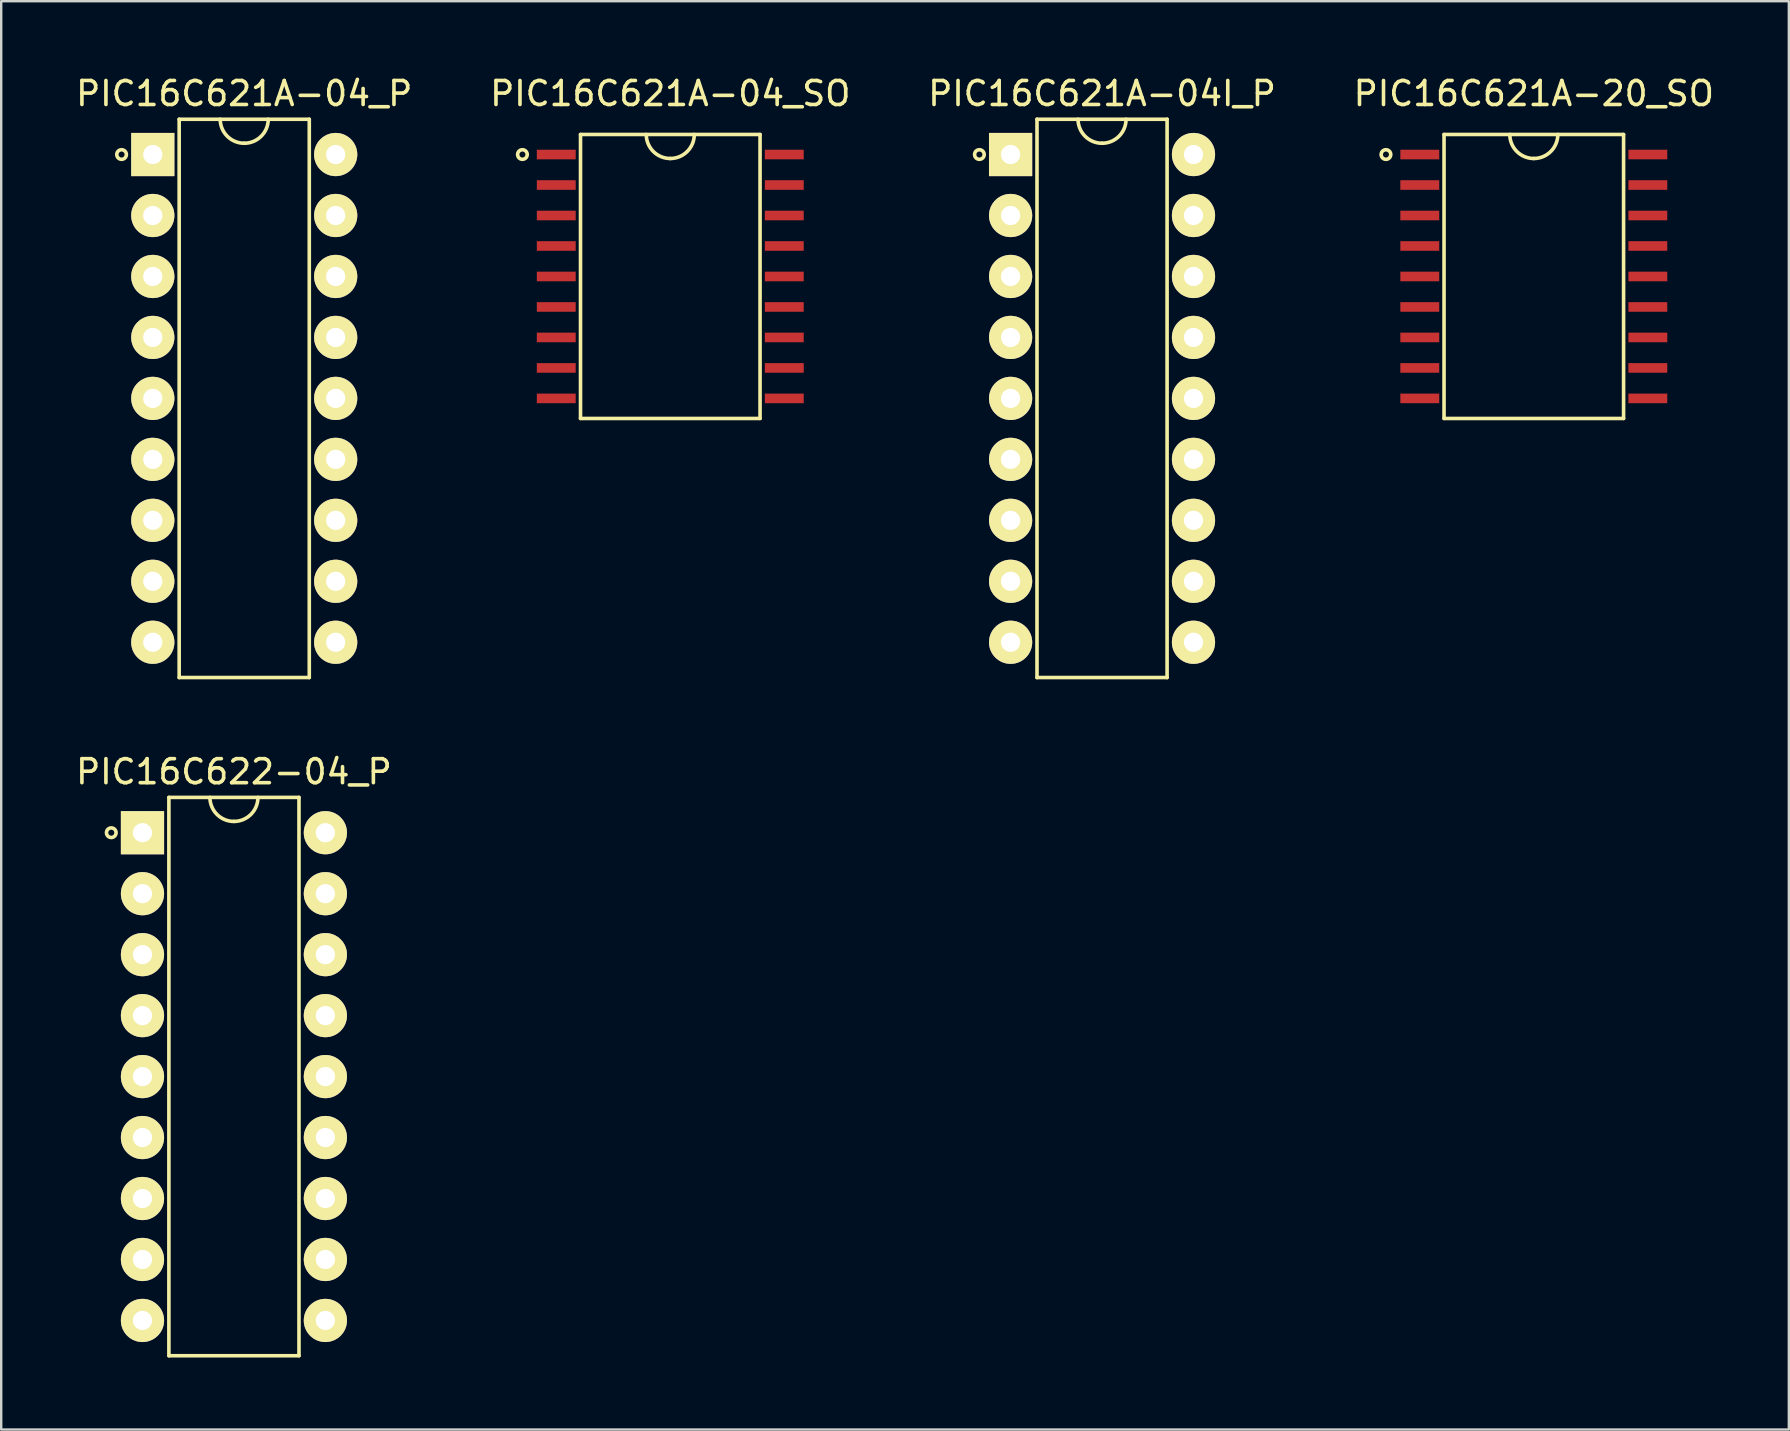
<source format=kicad_pcb>
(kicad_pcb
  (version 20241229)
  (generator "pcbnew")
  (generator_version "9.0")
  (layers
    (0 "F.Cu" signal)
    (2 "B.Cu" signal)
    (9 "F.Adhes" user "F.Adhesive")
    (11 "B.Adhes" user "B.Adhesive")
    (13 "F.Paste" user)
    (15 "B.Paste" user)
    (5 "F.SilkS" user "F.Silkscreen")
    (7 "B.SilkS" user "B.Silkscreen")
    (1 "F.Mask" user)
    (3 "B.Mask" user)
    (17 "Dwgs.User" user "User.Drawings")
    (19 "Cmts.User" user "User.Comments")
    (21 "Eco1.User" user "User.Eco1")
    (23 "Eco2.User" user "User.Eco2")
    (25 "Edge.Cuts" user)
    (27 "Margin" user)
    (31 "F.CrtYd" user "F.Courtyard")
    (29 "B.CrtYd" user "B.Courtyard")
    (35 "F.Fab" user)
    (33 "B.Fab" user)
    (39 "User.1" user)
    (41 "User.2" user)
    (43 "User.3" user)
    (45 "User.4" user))
  (footprint "PIC16C621A-04I_P"
    (layer "F.Cu")
    (at 39.053 3.388)
    (property "Reference" "PIC16C621A-04I_P" (at 3.81 -2.54 0) (layer "F.SilkS") (effects (font (size 1 1) (thickness 0.15))))
    (attr through_hole)
    (fp_line (start 1.1 -1.47) (end 6.52 -1.47) (stroke (width 0.15) (type solid)) (layer "F.SilkS"))
    (fp_line (start 1.1 21.79) (end 1.1 -1.47) (stroke (width 0.15) (type solid)) (layer "F.SilkS"))
    (fp_line (start 6.52 -1.47) (end 6.52 21.79) (stroke (width 0.15) (type solid)) (layer "F.SilkS"))
    (fp_line (start 6.52 21.79) (end 1.1 21.79) (stroke (width 0.15) (type solid)) (layer "F.SilkS"))
    (fp_arc (start 3.81 -0.47) (mid 3.102893 -0.762893) (end 2.81 -1.47) (stroke (width 0.15) (type solid)) (layer "F.SilkS"))
    (fp_arc (start 4.81 -1.47) (mid 4.517107 -0.762893) (end 3.81 -0.47) (stroke (width 0.15) (type solid)) (layer "F.SilkS"))
    (fp_circle (center -1.3 0) (end -1.3 0.2) (stroke (width 0.15) (type solid)) (fill no) (layer "F.SilkS"))
    (pad "1" thru_hole rect (at 0 0) (size 1.8 1.8) (drill 0.8) (layers "*.Cu" "*.Mask" "F.SilkS"))
    (pad "2" thru_hole circle (at 0 2.54) (size 1.8 1.8) (drill 0.8) (layers "*.Cu" "*.Mask" "F.SilkS"))
    (pad "3" thru_hole circle (at 0 5.08) (size 1.8 1.8) (drill 0.8) (layers "*.Cu" "*.Mask" "F.SilkS"))
    (pad "4" thru_hole circle (at 0 7.62) (size 1.8 1.8) (drill 0.8) (layers "*.Cu" "*.Mask" "F.SilkS"))
    (pad "5" thru_hole circle (at 0 10.16) (size 1.8 1.8) (drill 0.8) (layers "*.Cu" "*.Mask" "F.SilkS"))
    (pad "6" thru_hole circle (at 0 12.7) (size 1.8 1.8) (drill 0.8) (layers "*.Cu" "*.Mask" "F.SilkS"))
    (pad "7" thru_hole circle (at 0 15.24) (size 1.8 1.8) (drill 0.8) (layers "*.Cu" "*.Mask" "F.SilkS"))
    (pad "8" thru_hole circle (at 0 17.78) (size 1.8 1.8) (drill 0.8) (layers "*.Cu" "*.Mask" "F.SilkS"))
    (pad "9" thru_hole circle (at 0 20.32) (size 1.8 1.8) (drill 0.8) (layers "*.Cu" "*.Mask" "F.SilkS"))
    (pad "10" thru_hole circle (at 7.62 20.32) (size 1.8 1.8) (drill 0.8) (layers "*.Cu" "*.Mask" "F.SilkS"))
    (pad "11" thru_hole circle (at 7.62 17.78) (size 1.8 1.8) (drill 0.8) (layers "*.Cu" "*.Mask" "F.SilkS"))
    (pad "12" thru_hole circle (at 7.62 15.24) (size 1.8 1.8) (drill 0.8) (layers "*.Cu" "*.Mask" "F.SilkS"))
    (pad "13" thru_hole circle (at 7.62 12.7) (size 1.8 1.8) (drill 0.8) (layers "*.Cu" "*.Mask" "F.SilkS"))
    (pad "14" thru_hole circle (at 7.62 10.16) (size 1.8 1.8) (drill 0.8) (layers "*.Cu" "*.Mask" "F.SilkS"))
    (pad "15" thru_hole circle (at 7.62 7.62) (size 1.8 1.8) (drill 0.8) (layers "*.Cu" "*.Mask" "F.SilkS"))
    (pad "16" thru_hole circle (at 7.62 5.08) (size 1.8 1.8) (drill 0.8) (layers "*.Cu" "*.Mask" "F.SilkS"))
    (pad "17" thru_hole circle (at 7.62 2.54) (size 1.8 1.8) (drill 0.8) (layers "*.Cu" "*.Mask" "F.SilkS"))
    (pad "18" thru_hole circle (at 7.62 0) (size 1.8 1.8) (drill 0.8) (layers "*.Cu" "*.Mask" "F.SilkS")))
  (footprint "PIC16C622-04_P"
    (layer "F.Cu")
    (at 2.886 31.642)
    (property "Reference" "PIC16C622-04_P" (at 3.81 -2.54 0) (layer "F.SilkS") (effects (font (size 1 1) (thickness 0.15))))
    (attr through_hole)
    (fp_line (start 1.1 -1.47) (end 6.52 -1.47) (stroke (width 0.15) (type solid)) (layer "F.SilkS"))
    (fp_line (start 1.1 21.79) (end 1.1 -1.47) (stroke (width 0.15) (type solid)) (layer "F.SilkS"))
    (fp_line (start 6.52 -1.47) (end 6.52 21.79) (stroke (width 0.15) (type solid)) (layer "F.SilkS"))
    (fp_line (start 6.52 21.79) (end 1.1 21.79) (stroke (width 0.15) (type solid)) (layer "F.SilkS"))
    (fp_arc (start 3.81 -0.47) (mid 3.102893 -0.762893) (end 2.81 -1.47) (stroke (width 0.15) (type solid)) (layer "F.SilkS"))
    (fp_arc (start 4.81 -1.47) (mid 4.517107 -0.762893) (end 3.81 -0.47) (stroke (width 0.15) (type solid)) (layer "F.SilkS"))
    (fp_circle (center -1.3 0) (end -1.3 0.2) (stroke (width 0.15) (type solid)) (fill no) (layer "F.SilkS"))
    (pad "1" thru_hole rect (at 0 0) (size 1.8 1.8) (drill 0.8) (layers "*.Cu" "*.Mask" "F.SilkS"))
    (pad "2" thru_hole circle (at 0 2.54) (size 1.8 1.8) (drill 0.8) (layers "*.Cu" "*.Mask" "F.SilkS"))
    (pad "3" thru_hole circle (at 0 5.08) (size 1.8 1.8) (drill 0.8) (layers "*.Cu" "*.Mask" "F.SilkS"))
    (pad "4" thru_hole circle (at 0 7.62) (size 1.8 1.8) (drill 0.8) (layers "*.Cu" "*.Mask" "F.SilkS"))
    (pad "5" thru_hole circle (at 0 10.16) (size 1.8 1.8) (drill 0.8) (layers "*.Cu" "*.Mask" "F.SilkS"))
    (pad "6" thru_hole circle (at 0 12.7) (size 1.8 1.8) (drill 0.8) (layers "*.Cu" "*.Mask" "F.SilkS"))
    (pad "7" thru_hole circle (at 0 15.24) (size 1.8 1.8) (drill 0.8) (layers "*.Cu" "*.Mask" "F.SilkS"))
    (pad "8" thru_hole circle (at 0 17.78) (size 1.8 1.8) (drill 0.8) (layers "*.Cu" "*.Mask" "F.SilkS"))
    (pad "9" thru_hole circle (at 0 20.32) (size 1.8 1.8) (drill 0.8) (layers "*.Cu" "*.Mask" "F.SilkS"))
    (pad "10" thru_hole circle (at 7.62 20.32) (size 1.8 1.8) (drill 0.8) (layers "*.Cu" "*.Mask" "F.SilkS"))
    (pad "11" thru_hole circle (at 7.62 17.78) (size 1.8 1.8) (drill 0.8) (layers "*.Cu" "*.Mask" "F.SilkS"))
    (pad "12" thru_hole circle (at 7.62 15.24) (size 1.8 1.8) (drill 0.8) (layers "*.Cu" "*.Mask" "F.SilkS"))
    (pad "13" thru_hole circle (at 7.62 12.7) (size 1.8 1.8) (drill 0.8) (layers "*.Cu" "*.Mask" "F.SilkS"))
    (pad "14" thru_hole circle (at 7.62 10.16) (size 1.8 1.8) (drill 0.8) (layers "*.Cu" "*.Mask" "F.SilkS"))
    (pad "15" thru_hole circle (at 7.62 7.62) (size 1.8 1.8) (drill 0.8) (layers "*.Cu" "*.Mask" "F.SilkS"))
    (pad "16" thru_hole circle (at 7.62 5.08) (size 1.8 1.8) (drill 0.8) (layers "*.Cu" "*.Mask" "F.SilkS"))
    (pad "17" thru_hole circle (at 7.62 2.54) (size 1.8 1.8) (drill 0.8) (layers "*.Cu" "*.Mask" "F.SilkS"))
    (pad "18" thru_hole circle (at 7.62 0) (size 1.8 1.8) (drill 0.8) (layers "*.Cu" "*.Mask" "F.SilkS")))
  (footprint "PIC16C621A-04_SO"
    (layer "F.Cu")
    (at 20.125 3.388)
    (property "Reference" "PIC16C621A-04_SO" (at 4.75 -2.54 0) (layer "F.SilkS") (effects (font (size 1 1) (thickness 0.15))))
    (attr through_hole)
    (fp_line (start 1.01 -0.835) (end 8.49 -0.835) (stroke (width 0.15) (type solid)) (layer "F.SilkS"))
    (fp_line (start 1.01 10.995) (end 1.01 -0.835) (stroke (width 0.15) (type solid)) (layer "F.SilkS"))
    (fp_line (start 8.49 -0.835) (end 8.49 10.995) (stroke (width 0.15) (type solid)) (layer "F.SilkS"))
    (fp_line (start 8.49 10.995) (end 1.01 10.995) (stroke (width 0.15) (type solid)) (layer "F.SilkS"))
    (fp_arc (start 4.75 0.165) (mid 4.042893 -0.127893) (end 3.75 -0.835) (stroke (width 0.15) (type solid)) (layer "F.SilkS"))
    (fp_arc (start 5.75 -0.835) (mid 5.457107 -0.127893) (end 4.75 0.165) (stroke (width 0.15) (type solid)) (layer "F.SilkS"))
    (fp_circle (center -1.41 0) (end -1.41 0.2) (stroke (width 0.15) (type solid)) (fill no) (layer "F.SilkS"))
    (pad "1" smd rect (at 0 0) (size 1.62 0.4) (layers "F.Cu" "F.Mask" "F.Paste"))
    (pad "2" smd rect (at 0 1.27) (size 1.62 0.4) (layers "F.Cu" "F.Mask" "F.Paste"))
    (pad "3" smd rect (at 0 2.54) (size 1.62 0.4) (layers "F.Cu" "F.Mask" "F.Paste"))
    (pad "4" smd rect (at 0 3.81) (size 1.62 0.4) (layers "F.Cu" "F.Mask" "F.Paste"))
    (pad "5" smd rect (at 0 5.08) (size 1.62 0.4) (layers "F.Cu" "F.Mask" "F.Paste"))
    (pad "6" smd rect (at 0 6.35) (size 1.62 0.4) (layers "F.Cu" "F.Mask" "F.Paste"))
    (pad "7" smd rect (at 0 7.62) (size 1.62 0.4) (layers "F.Cu" "F.Mask" "F.Paste"))
    (pad "8" smd rect (at 0 8.89) (size 1.62 0.4) (layers "F.Cu" "F.Mask" "F.Paste"))
    (pad "9" smd rect (at 0 10.16) (size 1.62 0.4) (layers "F.Cu" "F.Mask" "F.Paste"))
    (pad "10" smd rect (at 9.5 10.16) (size 1.62 0.4) (layers "F.Cu" "F.Mask" "F.Paste"))
    (pad "11" smd rect (at 9.5 8.89) (size 1.62 0.4) (layers "F.Cu" "F.Mask" "F.Paste"))
    (pad "12" smd rect (at 9.5 7.62) (size 1.62 0.4) (layers "F.Cu" "F.Mask" "F.Paste"))
    (pad "13" smd rect (at 9.5 6.35) (size 1.62 0.4) (layers "F.Cu" "F.Mask" "F.Paste"))
    (pad "14" smd rect (at 9.5 5.08) (size 1.62 0.4) (layers "F.Cu" "F.Mask" "F.Paste"))
    (pad "15" smd rect (at 9.5 3.81) (size 1.62 0.4) (layers "F.Cu" "F.Mask" "F.Paste"))
    (pad "16" smd rect (at 9.5 2.54) (size 1.62 0.4) (layers "F.Cu" "F.Mask" "F.Paste"))
    (pad "17" smd rect (at 9.5 1.27) (size 1.62 0.4) (layers "F.Cu" "F.Mask" "F.Paste"))
    (pad "18" smd rect (at 9.5 0) (size 1.62 0.4) (layers "F.Cu" "F.Mask" "F.Paste")))
  (footprint "PIC16C621A-04_P"
    (layer "F.Cu")
    (at 3.315 3.388)
    (property "Reference" "PIC16C621A-04_P" (at 3.81 -2.54 0) (layer "F.SilkS") (effects (font (size 1 1) (thickness 0.15))))
    (attr through_hole)
    (fp_line (start 1.1 -1.47) (end 6.52 -1.47) (stroke (width 0.15) (type solid)) (layer "F.SilkS"))
    (fp_line (start 1.1 21.79) (end 1.1 -1.47) (stroke (width 0.15) (type solid)) (layer "F.SilkS"))
    (fp_line (start 6.52 -1.47) (end 6.52 21.79) (stroke (width 0.15) (type solid)) (layer "F.SilkS"))
    (fp_line (start 6.52 21.79) (end 1.1 21.79) (stroke (width 0.15) (type solid)) (layer "F.SilkS"))
    (fp_arc (start 3.81 -0.47) (mid 3.102893 -0.762893) (end 2.81 -1.47) (stroke (width 0.15) (type solid)) (layer "F.SilkS"))
    (fp_arc (start 4.81 -1.47) (mid 4.517107 -0.762893) (end 3.81 -0.47) (stroke (width 0.15) (type solid)) (layer "F.SilkS"))
    (fp_circle (center -1.3 0) (end -1.3 0.2) (stroke (width 0.15) (type solid)) (fill no) (layer "F.SilkS"))
    (pad "1" thru_hole rect (at 0 0) (size 1.8 1.8) (drill 0.8) (layers "*.Cu" "*.Mask" "F.SilkS"))
    (pad "2" thru_hole circle (at 0 2.54) (size 1.8 1.8) (drill 0.8) (layers "*.Cu" "*.Mask" "F.SilkS"))
    (pad "3" thru_hole circle (at 0 5.08) (size 1.8 1.8) (drill 0.8) (layers "*.Cu" "*.Mask" "F.SilkS"))
    (pad "4" thru_hole circle (at 0 7.62) (size 1.8 1.8) (drill 0.8) (layers "*.Cu" "*.Mask" "F.SilkS"))
    (pad "5" thru_hole circle (at 0 10.16) (size 1.8 1.8) (drill 0.8) (layers "*.Cu" "*.Mask" "F.SilkS"))
    (pad "6" thru_hole circle (at 0 12.7) (size 1.8 1.8) (drill 0.8) (layers "*.Cu" "*.Mask" "F.SilkS"))
    (pad "7" thru_hole circle (at 0 15.24) (size 1.8 1.8) (drill 0.8) (layers "*.Cu" "*.Mask" "F.SilkS"))
    (pad "8" thru_hole circle (at 0 17.78) (size 1.8 1.8) (drill 0.8) (layers "*.Cu" "*.Mask" "F.SilkS"))
    (pad "9" thru_hole circle (at 0 20.32) (size 1.8 1.8) (drill 0.8) (layers "*.Cu" "*.Mask" "F.SilkS"))
    (pad "10" thru_hole circle (at 7.62 20.32) (size 1.8 1.8) (drill 0.8) (layers "*.Cu" "*.Mask" "F.SilkS"))
    (pad "11" thru_hole circle (at 7.62 17.78) (size 1.8 1.8) (drill 0.8) (layers "*.Cu" "*.Mask" "F.SilkS"))
    (pad "12" thru_hole circle (at 7.62 15.24) (size 1.8 1.8) (drill 0.8) (layers "*.Cu" "*.Mask" "F.SilkS"))
    (pad "13" thru_hole circle (at 7.62 12.7) (size 1.8 1.8) (drill 0.8) (layers "*.Cu" "*.Mask" "F.SilkS"))
    (pad "14" thru_hole circle (at 7.62 10.16) (size 1.8 1.8) (drill 0.8) (layers "*.Cu" "*.Mask" "F.SilkS"))
    (pad "15" thru_hole circle (at 7.62 7.62) (size 1.8 1.8) (drill 0.8) (layers "*.Cu" "*.Mask" "F.SilkS"))
    (pad "16" thru_hole circle (at 7.62 5.08) (size 1.8 1.8) (drill 0.8) (layers "*.Cu" "*.Mask" "F.SilkS"))
    (pad "17" thru_hole circle (at 7.62 2.54) (size 1.8 1.8) (drill 0.8) (layers "*.Cu" "*.Mask" "F.SilkS"))
    (pad "18" thru_hole circle (at 7.62 0) (size 1.8 1.8) (drill 0.8) (layers "*.Cu" "*.Mask" "F.SilkS")))
  (footprint "PIC16C621A-20_SO"
    (layer "F.Cu")
    (at 56.101 3.388)
    (property "Reference" "PIC16C621A-20_SO" (at 4.75 -2.54 0) (layer "F.SilkS") (effects (font (size 1 1) (thickness 0.15))))
    (attr through_hole)
    (fp_line (start 1.01 -0.835) (end 8.49 -0.835) (stroke (width 0.15) (type solid)) (layer "F.SilkS"))
    (fp_line (start 1.01 10.995) (end 1.01 -0.835) (stroke (width 0.15) (type solid)) (layer "F.SilkS"))
    (fp_line (start 8.49 -0.835) (end 8.49 10.995) (stroke (width 0.15) (type solid)) (layer "F.SilkS"))
    (fp_line (start 8.49 10.995) (end 1.01 10.995) (stroke (width 0.15) (type solid)) (layer "F.SilkS"))
    (fp_arc (start 4.75 0.165) (mid 4.042893 -0.127893) (end 3.75 -0.835) (stroke (width 0.15) (type solid)) (layer "F.SilkS"))
    (fp_arc (start 5.75 -0.835) (mid 5.457107 -0.127893) (end 4.75 0.165) (stroke (width 0.15) (type solid)) (layer "F.SilkS"))
    (fp_circle (center -1.41 0) (end -1.41 0.2) (stroke (width 0.15) (type solid)) (fill no) (layer "F.SilkS"))
    (pad "1" smd rect (at 0 0) (size 1.62 0.4) (layers "F.Cu" "F.Mask" "F.Paste"))
    (pad "2" smd rect (at 0 1.27) (size 1.62 0.4) (layers "F.Cu" "F.Mask" "F.Paste"))
    (pad "3" smd rect (at 0 2.54) (size 1.62 0.4) (layers "F.Cu" "F.Mask" "F.Paste"))
    (pad "4" smd rect (at 0 3.81) (size 1.62 0.4) (layers "F.Cu" "F.Mask" "F.Paste"))
    (pad "5" smd rect (at 0 5.08) (size 1.62 0.4) (layers "F.Cu" "F.Mask" "F.Paste"))
    (pad "6" smd rect (at 0 6.35) (size 1.62 0.4) (layers "F.Cu" "F.Mask" "F.Paste"))
    (pad "7" smd rect (at 0 7.62) (size 1.62 0.4) (layers "F.Cu" "F.Mask" "F.Paste"))
    (pad "8" smd rect (at 0 8.89) (size 1.62 0.4) (layers "F.Cu" "F.Mask" "F.Paste"))
    (pad "9" smd rect (at 0 10.16) (size 1.62 0.4) (layers "F.Cu" "F.Mask" "F.Paste"))
    (pad "10" smd rect (at 9.5 10.16) (size 1.62 0.4) (layers "F.Cu" "F.Mask" "F.Paste"))
    (pad "11" smd rect (at 9.5 8.89) (size 1.62 0.4) (layers "F.Cu" "F.Mask" "F.Paste"))
    (pad "12" smd rect (at 9.5 7.62) (size 1.62 0.4) (layers "F.Cu" "F.Mask" "F.Paste"))
    (pad "13" smd rect (at 9.5 6.35) (size 1.62 0.4) (layers "F.Cu" "F.Mask" "F.Paste"))
    (pad "14" smd rect (at 9.5 5.08) (size 1.62 0.4) (layers "F.Cu" "F.Mask" "F.Paste"))
    (pad "15" smd rect (at 9.5 3.81) (size 1.62 0.4) (layers "F.Cu" "F.Mask" "F.Paste"))
    (pad "16" smd rect (at 9.5 2.54) (size 1.62 0.4) (layers "F.Cu" "F.Mask" "F.Paste"))
    (pad "17" smd rect (at 9.5 1.27) (size 1.62 0.4) (layers "F.Cu" "F.Mask" "F.Paste"))
    (pad "18" smd rect (at 9.5 0) (size 1.62 0.4) (layers "F.Cu" "F.Mask" "F.Paste")))
  (gr_rect
    (start -3 -3)
    (end 71.476 56.507)
    (stroke (width 0.1) (type default))
    (fill no)
    (layer "Edge.Cuts")))
</source>
